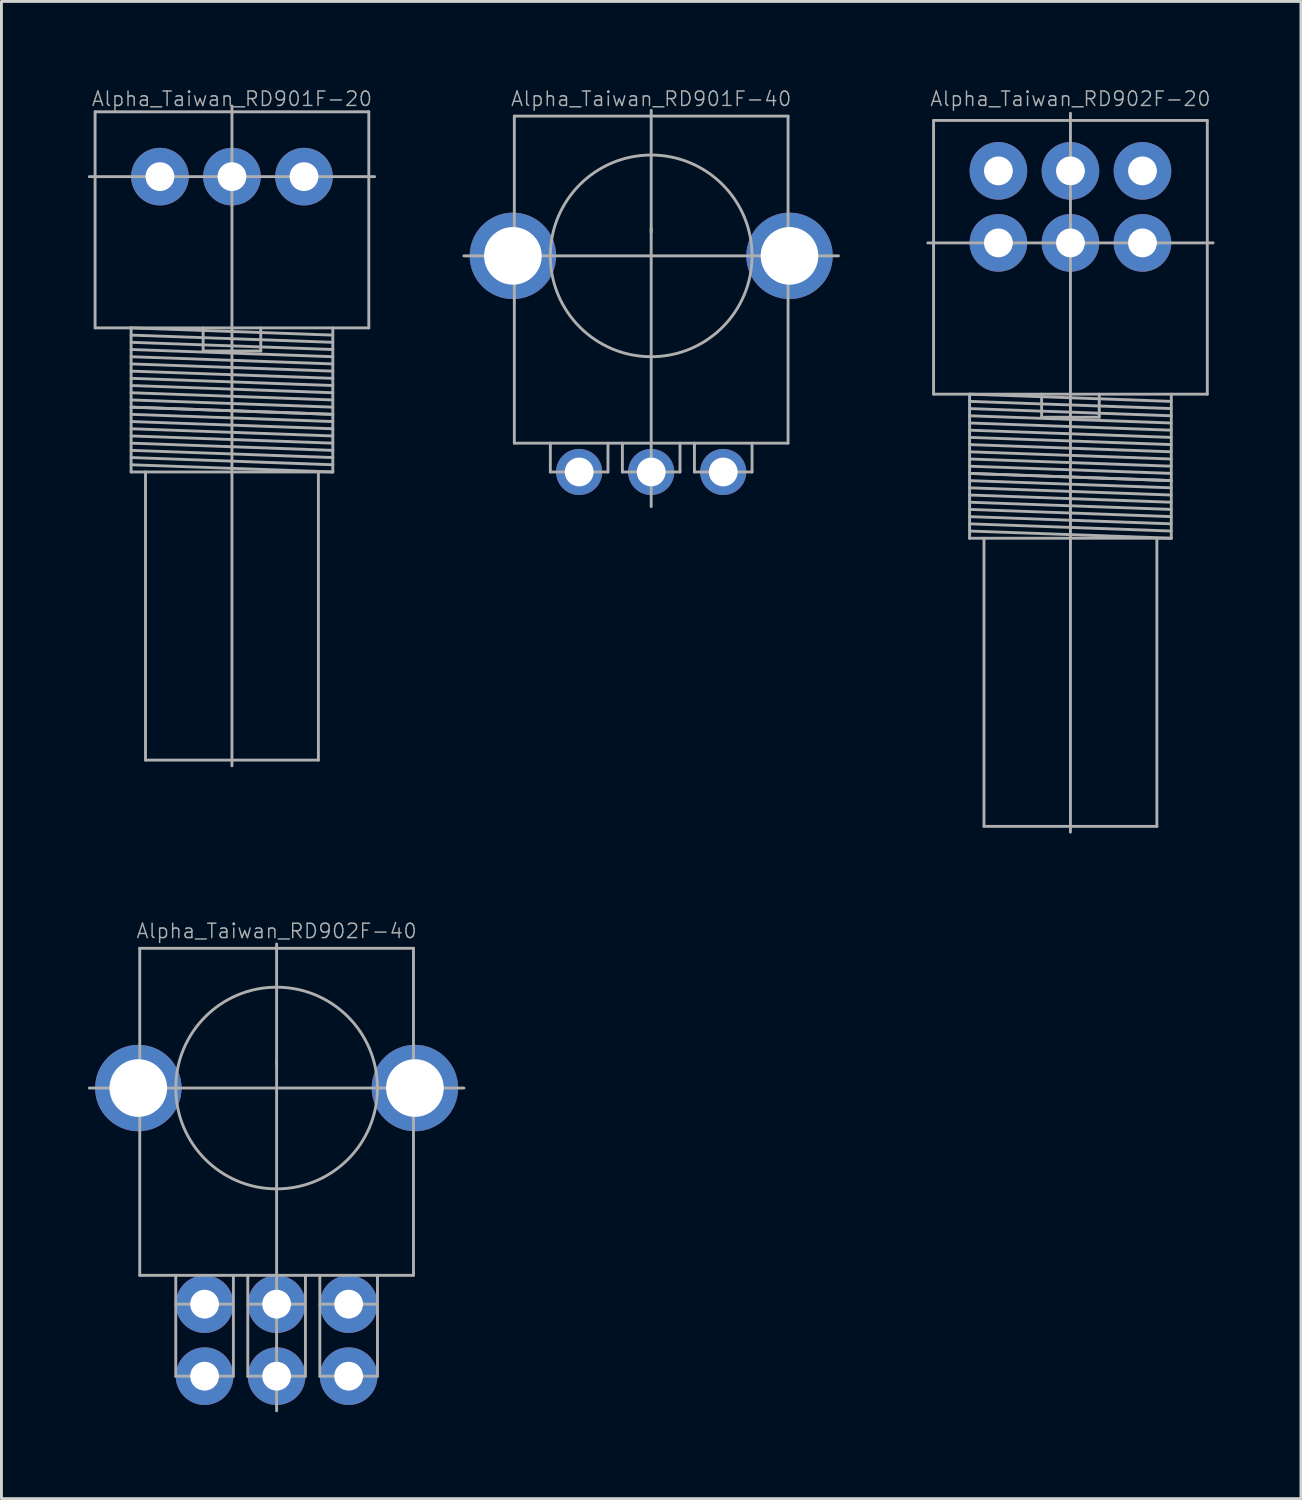
<source format=kicad_pcb>
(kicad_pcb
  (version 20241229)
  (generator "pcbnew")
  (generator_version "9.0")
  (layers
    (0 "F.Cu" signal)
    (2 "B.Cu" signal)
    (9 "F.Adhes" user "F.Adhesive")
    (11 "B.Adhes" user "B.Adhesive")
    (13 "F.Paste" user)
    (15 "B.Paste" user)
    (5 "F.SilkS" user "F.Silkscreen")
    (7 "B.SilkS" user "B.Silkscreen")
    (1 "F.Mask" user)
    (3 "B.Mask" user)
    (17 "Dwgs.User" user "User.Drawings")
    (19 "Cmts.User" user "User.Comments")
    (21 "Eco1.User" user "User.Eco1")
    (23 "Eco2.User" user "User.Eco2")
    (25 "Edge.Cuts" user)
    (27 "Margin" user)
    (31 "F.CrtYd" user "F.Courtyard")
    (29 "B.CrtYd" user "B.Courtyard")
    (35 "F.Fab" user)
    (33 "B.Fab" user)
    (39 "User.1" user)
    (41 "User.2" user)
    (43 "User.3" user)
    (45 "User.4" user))
  (footprint "Alpha_Taiwan_RD901F-20"
    (layer "F.Cu")
    (at 5 3.08)
    (property "Reference" "Alpha_Taiwan_RD901F-20" (at 0 -2.7 0) (layer "F.Fab") (effects (font (size 0.5 0.5) (thickness 0.05))))
    (attr through_hole)
    (fp_line (start -4.95 0) (end 4.95 0) (stroke (width 0.1) (type solid)) (layer "F.Fab"))
    (fp_line (start -4.75 -2.25) (end -4.75 5.25) (stroke (width 0.1) (type solid)) (layer "F.Fab"))
    (fp_line (start -4.75 5.25) (end 4.75 5.25) (stroke (width 0.1) (type solid)) (layer "F.Fab"))
    (fp_line (start -3.5 5.25) (end -3.5 10.25) (stroke (width 0.1) (type solid)) (layer "F.Fab"))
    (fp_line (start -3.5 5.25) (end 3.5 5.5) (stroke (width 0.1) (type solid)) (layer "F.Fab"))
    (fp_line (start -3.5 5.5) (end 3.5 5.75) (stroke (width 0.1) (type solid)) (layer "F.Fab"))
    (fp_line (start -3.5 5.75) (end 3.5 6) (stroke (width 0.1) (type solid)) (layer "F.Fab"))
    (fp_line (start -3.5 10.25) (end 3.5 10.25) (stroke (width 0.1) (type solid)) (layer "F.Fab"))
    (fp_line (start -3 10.25) (end -3 20.25) (stroke (width 0.1) (type solid)) (layer "F.Fab"))
    (fp_line (start -3 20.25) (end 3 20.25) (stroke (width 0.1) (type solid)) (layer "F.Fab"))
    (fp_line (start -1 5.25) (end -1 6.05) (stroke (width 0.1) (type solid)) (layer "F.Fab"))
    (fp_line (start -1 6.05) (end 1 6.05) (stroke (width 0.1) (type solid)) (layer "F.Fab"))
    (fp_line (start 0 -2.45) (end 0 20.45) (stroke (width 0.1) (type solid)) (layer "F.Fab"))
    (fp_line (start 1 6.05) (end 1 5.25) (stroke (width 0.1) (type solid)) (layer "F.Fab"))
    (fp_line (start 3 20.25) (end 3 10.25) (stroke (width 0.1) (type solid)) (layer "F.Fab"))
    (fp_line (start 3.5 6.25) (end -3.5 6) (stroke (width 0.1) (type solid)) (layer "F.Fab"))
    (fp_line (start 3.5 6.5) (end -3.5 6.25) (stroke (width 0.1) (type solid)) (layer "F.Fab"))
    (fp_line (start 3.5 6.75) (end -3.5 6.5) (stroke (width 0.1) (type solid)) (layer "F.Fab"))
    (fp_line (start 3.5 7) (end -3.5 6.75) (stroke (width 0.1) (type solid)) (layer "F.Fab"))
    (fp_line (start 3.5 7.25) (end -3.5 7) (stroke (width 0.1) (type solid)) (layer "F.Fab"))
    (fp_line (start 3.5 7.5) (end -3.5 7.25) (stroke (width 0.1) (type solid)) (layer "F.Fab"))
    (fp_line (start 3.5 7.75) (end -3.5 7.5) (stroke (width 0.1) (type solid)) (layer "F.Fab"))
    (fp_line (start 3.5 8) (end -3.5 7.75) (stroke (width 0.1) (type solid)) (layer "F.Fab"))
    (fp_line (start 3.5 8.25) (end -3.5 8) (stroke (width 0.1) (type solid)) (layer "F.Fab"))
    (fp_line (start 3.5 8.25) (end -3.5 8) (stroke (width 0.1) (type solid)) (layer "F.Fab"))
    (fp_line (start 3.5 8.5) (end -3.5 8.25) (stroke (width 0.1) (type solid)) (layer "F.Fab"))
    (fp_line (start 3.5 8.75) (end -3.5 8.5) (stroke (width 0.1) (type solid)) (layer "F.Fab"))
    (fp_line (start 3.5 9) (end -3.5 8.75) (stroke (width 0.1) (type solid)) (layer "F.Fab"))
    (fp_line (start 3.5 9.25) (end -3.5 9) (stroke (width 0.1) (type solid)) (layer "F.Fab"))
    (fp_line (start 3.5 9.5) (end -3.5 9.25) (stroke (width 0.1) (type solid)) (layer "F.Fab"))
    (fp_line (start 3.5 9.75) (end -3.5 9.5) (stroke (width 0.1) (type solid)) (layer "F.Fab"))
    (fp_line (start 3.5 10) (end -3.5 9.75) (stroke (width 0.1) (type solid)) (layer "F.Fab"))
    (fp_line (start 3.5 10.25) (end -3.5 10) (stroke (width 0.1) (type solid)) (layer "F.Fab"))
    (fp_line (start 3.5 10.25) (end 3.5 5.25) (stroke (width 0.1) (type solid)) (layer "F.Fab"))
    (fp_line (start 4.75 -2.25) (end -4.75 -2.25) (stroke (width 0.1) (type solid)) (layer "F.Fab"))
    (fp_line (start 4.75 5.25) (end 4.75 -2.25) (stroke (width 0.1) (type solid)) (layer "F.Fab"))
    (pad "1" thru_hole circle (at -2.5 0) (size 2 2) (drill 1) (layers "*.Cu" "*.Mask"))
    (pad "2" thru_hole circle (at 0 0) (size 2 2) (drill 1) (layers "*.Cu" "*.Mask"))
    (pad "3" thru_hole circle (at 2.5 0) (size 2 2) (drill 1) (layers "*.Cu" "*.Mask")))
  (footprint "Alpha_Taiwan_RD902F-20"
    (layer "F.Cu")
    (at 34.1 5.38)
    (property "Reference" "Alpha_Taiwan_RD902F-20" (at 0 -5 0) (layer "F.Fab") (effects (font (size 0.5 0.5) (thickness 0.05))))
    (attr through_hole)
    (fp_line (start -4.95 0) (end 4.95 0) (stroke (width 0.1) (type solid)) (layer "F.Fab"))
    (fp_line (start -4.75 -4.25) (end -4.75 5.25) (stroke (width 0.1) (type solid)) (layer "F.Fab"))
    (fp_line (start -4.75 5.25) (end 4.75 5.25) (stroke (width 0.1) (type solid)) (layer "F.Fab"))
    (fp_line (start -3.5 5.25) (end -3.5 10.25) (stroke (width 0.1) (type solid)) (layer "F.Fab"))
    (fp_line (start -3.5 5.25) (end 3.5 5.5) (stroke (width 0.1) (type solid)) (layer "F.Fab"))
    (fp_line (start -3.5 5.5) (end 3.5 5.75) (stroke (width 0.1) (type solid)) (layer "F.Fab"))
    (fp_line (start -3.5 5.75) (end 3.5 6) (stroke (width 0.1) (type solid)) (layer "F.Fab"))
    (fp_line (start -3.5 10.25) (end 3.5 10.25) (stroke (width 0.1) (type solid)) (layer "F.Fab"))
    (fp_line (start -3 10.25) (end -3 20.25) (stroke (width 0.1) (type solid)) (layer "F.Fab"))
    (fp_line (start -3 20.25) (end 3 20.25) (stroke (width 0.1) (type solid)) (layer "F.Fab"))
    (fp_line (start -1 5.25) (end -1 6.05) (stroke (width 0.1) (type solid)) (layer "F.Fab"))
    (fp_line (start -1 6.05) (end 1 6.05) (stroke (width 0.1) (type solid)) (layer "F.Fab"))
    (fp_line (start 0 -4.5) (end 0 20.45) (stroke (width 0.1) (type solid)) (layer "F.Fab"))
    (fp_line (start 1 6.05) (end 1 5.25) (stroke (width 0.1) (type solid)) (layer "F.Fab"))
    (fp_line (start 3 20.25) (end 3 10.25) (stroke (width 0.1) (type solid)) (layer "F.Fab"))
    (fp_line (start 3.5 6.25) (end -3.5 6) (stroke (width 0.1) (type solid)) (layer "F.Fab"))
    (fp_line (start 3.5 6.5) (end -3.5 6.25) (stroke (width 0.1) (type solid)) (layer "F.Fab"))
    (fp_line (start 3.5 6.75) (end -3.5 6.5) (stroke (width 0.1) (type solid)) (layer "F.Fab"))
    (fp_line (start 3.5 7) (end -3.5 6.75) (stroke (width 0.1) (type solid)) (layer "F.Fab"))
    (fp_line (start 3.5 7.25) (end -3.5 7) (stroke (width 0.1) (type solid)) (layer "F.Fab"))
    (fp_line (start 3.5 7.5) (end -3.5 7.25) (stroke (width 0.1) (type solid)) (layer "F.Fab"))
    (fp_line (start 3.5 7.75) (end -3.5 7.5) (stroke (width 0.1) (type solid)) (layer "F.Fab"))
    (fp_line (start 3.5 8) (end -3.5 7.75) (stroke (width 0.1) (type solid)) (layer "F.Fab"))
    (fp_line (start 3.5 8.25) (end -3.5 8) (stroke (width 0.1) (type solid)) (layer "F.Fab"))
    (fp_line (start 3.5 8.25) (end -3.5 8) (stroke (width 0.1) (type solid)) (layer "F.Fab"))
    (fp_line (start 3.5 8.5) (end -3.5 8.25) (stroke (width 0.1) (type solid)) (layer "F.Fab"))
    (fp_line (start 3.5 8.75) (end -3.5 8.5) (stroke (width 0.1) (type solid)) (layer "F.Fab"))
    (fp_line (start 3.5 9) (end -3.5 8.75) (stroke (width 0.1) (type solid)) (layer "F.Fab"))
    (fp_line (start 3.5 9.25) (end -3.5 9) (stroke (width 0.1) (type solid)) (layer "F.Fab"))
    (fp_line (start 3.5 9.5) (end -3.5 9.25) (stroke (width 0.1) (type solid)) (layer "F.Fab"))
    (fp_line (start 3.5 9.75) (end -3.5 9.5) (stroke (width 0.1) (type solid)) (layer "F.Fab"))
    (fp_line (start 3.5 10) (end -3.5 9.75) (stroke (width 0.1) (type solid)) (layer "F.Fab"))
    (fp_line (start 3.5 10.25) (end -3.5 10) (stroke (width 0.1) (type solid)) (layer "F.Fab"))
    (fp_line (start 3.5 10.25) (end 3.5 5.25) (stroke (width 0.1) (type solid)) (layer "F.Fab"))
    (fp_line (start 4.75 -4.25) (end -4.75 -4.25) (stroke (width 0.1) (type solid)) (layer "F.Fab"))
    (fp_line (start 4.75 5.25) (end 4.75 -4.25) (stroke (width 0.1) (type solid)) (layer "F.Fab"))
    (pad "1" thru_hole circle (at -2.5 0) (size 2 2) (drill 1) (layers "*.Cu" "*.Mask"))
    (pad "2" thru_hole circle (at 0 0) (size 2 2) (drill 1) (layers "*.Cu" "*.Mask"))
    (pad "3" thru_hole circle (at 2.5 0) (size 2 2) (drill 1) (layers "*.Cu" "*.Mask"))
    (pad "4" thru_hole circle (at -2.5 -2.5) (size 2 2) (drill 1) (layers "*.Cu" "*.Mask"))
    (pad "5" thru_hole circle (at 0 -2.5) (size 2 2) (drill 1) (layers "*.Cu" "*.Mask"))
    (pad "6" thru_hole circle (at 2.5 -2.5) (size 2 2) (drill 1) (layers "*.Cu" "*.Mask")))
  (footprint "Alpha_Taiwan_RD902F-40"
    (layer "F.Cu")
    (at 6.55 34.711)
    (property "Reference" "Alpha_Taiwan_RD902F-40" (at 0 -5.45 0) (layer "F.Fab") (effects (font (size 0.5 0.5) (thickness 0.05))))
    (attr through_hole)
    (fp_line (start -4.75 -4.85) (end 4.75 -4.85) (stroke (width 0.1) (type solid)) (layer "F.Fab"))
    (fp_line (start -4.75 6.5) (end -4.75 -4.85) (stroke (width 0.1) (type solid)) (layer "F.Fab"))
    (fp_line (start -3.5 6.5) (end -3.5 10) (stroke (width 0.1) (type solid)) (layer "F.Fab"))
    (fp_line (start -3.5 10) (end -1.5 10) (stroke (width 0.1) (type solid)) (layer "F.Fab"))
    (fp_line (start -1.5 7.5) (end -3.5 7.5) (stroke (width 0.1) (type solid)) (layer "F.Fab"))
    (fp_line (start -1.5 10) (end -1.5 6.5) (stroke (width 0.1) (type solid)) (layer "F.Fab"))
    (fp_line (start -1 6.5) (end -1 10) (stroke (width 0.1) (type solid)) (layer "F.Fab"))
    (fp_line (start -1 10) (end 1 10) (stroke (width 0.1) (type solid)) (layer "F.Fab"))
    (fp_line (start 0 -5) (end 0 11.2) (stroke (width 0.1) (type solid)) (layer "F.Fab"))
    (fp_line (start 0 -0.825) (end 0 -0.95) (stroke (width 0.1) (type solid)) (layer "F.Fab"))
    (fp_line (start 1 7.5) (end -1 7.5) (stroke (width 0.1) (type solid)) (layer "F.Fab"))
    (fp_line (start 1 10) (end 1 6.5) (stroke (width 0.1) (type solid)) (layer "F.Fab"))
    (fp_line (start 1.5 6.5) (end 1.5 10) (stroke (width 0.1) (type solid)) (layer "F.Fab"))
    (fp_line (start 1.5 7.5) (end 3.5 7.5) (stroke (width 0.1) (type solid)) (layer "F.Fab"))
    (fp_line (start 1.5 10) (end 3.5 10) (stroke (width 0.1) (type solid)) (layer "F.Fab"))
    (fp_line (start 3.5 10) (end 3.5 6.5) (stroke (width 0.1) (type solid)) (layer "F.Fab"))
    (fp_line (start 4.75 -4.85) (end 4.75 6.5) (stroke (width 0.1) (type solid)) (layer "F.Fab"))
    (fp_line (start 4.75 6.5) (end -4.75 6.5) (stroke (width 0.1) (type solid)) (layer "F.Fab"))
    (fp_line (start 6.5 0) (end -6.5 0) (stroke (width 0.1) (type solid)) (layer "F.Fab"))
    (fp_circle (center 0 0) (end 3.5 0) (stroke (width 0.1) (type solid)) (fill no) (layer "F.Fab"))
    (pad "1" thru_hole circle (at -2.5 7.5) (size 2 2) (drill 1) (layers "*.Cu" "*.Mask"))
    (pad "1" thru_hole circle (at -2.5 10) (size 2 2) (drill 1) (layers "*.Cu" "*.Mask"))
    (pad "2" thru_hole circle (at 0 7.5) (size 2 2) (drill 1) (layers "*.Cu" "*.Mask"))
    (pad "2" thru_hole circle (at 0 10) (size 2 2) (drill 1) (layers "*.Cu" "*.Mask"))
    (pad "3" thru_hole circle (at 2.5 7.5) (size 2 2) (drill 1) (layers "*.Cu" "*.Mask"))
    (pad "3" thru_hole circle (at 2.5 10) (size 2 2) (drill 1) (layers "*.Cu" "*.Mask"))
    (pad "MH" thru_hole circle (at -4.8 0) (size 3 3) (drill 2) (layers "*.Cu" "*.Mask"))
    (pad "MH" thru_hole circle (at 4.8 0) (size 3 3) (drill 2) (layers "*.Cu" "*.Mask")))
  (footprint "Alpha_Taiwan_RD901F-40"
    (layer "F.Cu")
    (at 19.55 5.83)
    (property "Reference" "Alpha_Taiwan_RD901F-40" (at 0 -5.45 0) (layer "F.Fab") (effects (font (size 0.5 0.5) (thickness 0.05))))
    (attr through_hole)
    (fp_line (start -4.75 -4.85) (end 4.75 -4.85) (stroke (width 0.1) (type solid)) (layer "F.Fab"))
    (fp_line (start -4.75 6.5) (end -4.75 -4.85) (stroke (width 0.1) (type solid)) (layer "F.Fab"))
    (fp_line (start -3.5 6.5) (end -3.5 7.5) (stroke (width 0.1) (type solid)) (layer "F.Fab"))
    (fp_line (start -3.5 7.5) (end -1.5 7.5) (stroke (width 0.1) (type solid)) (layer "F.Fab"))
    (fp_line (start -1.5 7.5) (end -1.5 6.5) (stroke (width 0.1) (type solid)) (layer "F.Fab"))
    (fp_line (start -1 6.5) (end -1 7.5) (stroke (width 0.1) (type solid)) (layer "F.Fab"))
    (fp_line (start -1 7.5) (end 1 7.5) (stroke (width 0.1) (type solid)) (layer "F.Fab"))
    (fp_line (start 0 -5.05) (end 0 8.7) (stroke (width 0.1) (type solid)) (layer "F.Fab"))
    (fp_line (start 0 -0.825) (end 0 -0.95) (stroke (width 0.1) (type solid)) (layer "F.Fab"))
    (fp_line (start 1 7.5) (end 1 6.5) (stroke (width 0.1) (type solid)) (layer "F.Fab"))
    (fp_line (start 1.5 6.5) (end 1.5 7.5) (stroke (width 0.1) (type solid)) (layer "F.Fab"))
    (fp_line (start 1.5 7.5) (end 3.5 7.5) (stroke (width 0.1) (type solid)) (layer "F.Fab"))
    (fp_line (start 3.5 7.5) (end 3.5 6.5) (stroke (width 0.1) (type solid)) (layer "F.Fab"))
    (fp_line (start 4.75 -4.85) (end 4.75 6.5) (stroke (width 0.1) (type solid)) (layer "F.Fab"))
    (fp_line (start 4.75 6.5) (end -4.75 6.5) (stroke (width 0.1) (type solid)) (layer "F.Fab"))
    (fp_line (start 6.5 0) (end -6.5 0) (stroke (width 0.1) (type solid)) (layer "F.Fab"))
    (fp_circle (center 0 0) (end 3.5 0) (stroke (width 0.1) (type solid)) (fill no) (layer "F.Fab"))
    (pad "1" thru_hole circle (at -2.5 7.5) (size 1.6 1.6) (drill 1) (layers "*.Cu" "*.Mask"))
    (pad "2" thru_hole circle (at 0 7.5) (size 1.6 1.6) (drill 1) (layers "*.Cu" "*.Mask"))
    (pad "3" thru_hole circle (at 2.5 7.5) (size 1.6 1.6) (drill 1) (layers "*.Cu" "*.Mask"))
    (pad "MH" thru_hole circle (at -4.8 0) (size 3 3) (drill 2) (layers "*.Cu" "*.Mask"))
    (pad "MH" thru_hole circle (at 4.8 0) (size 3 3) (drill 2) (layers "*.Cu" "*.Mask")))
  (gr_rect
    (start -3 -3)
    (end 42.1 48.961)
    (stroke (width 0.1) (type default))
    (fill no)
    (layer "Edge.Cuts")))
</source>
